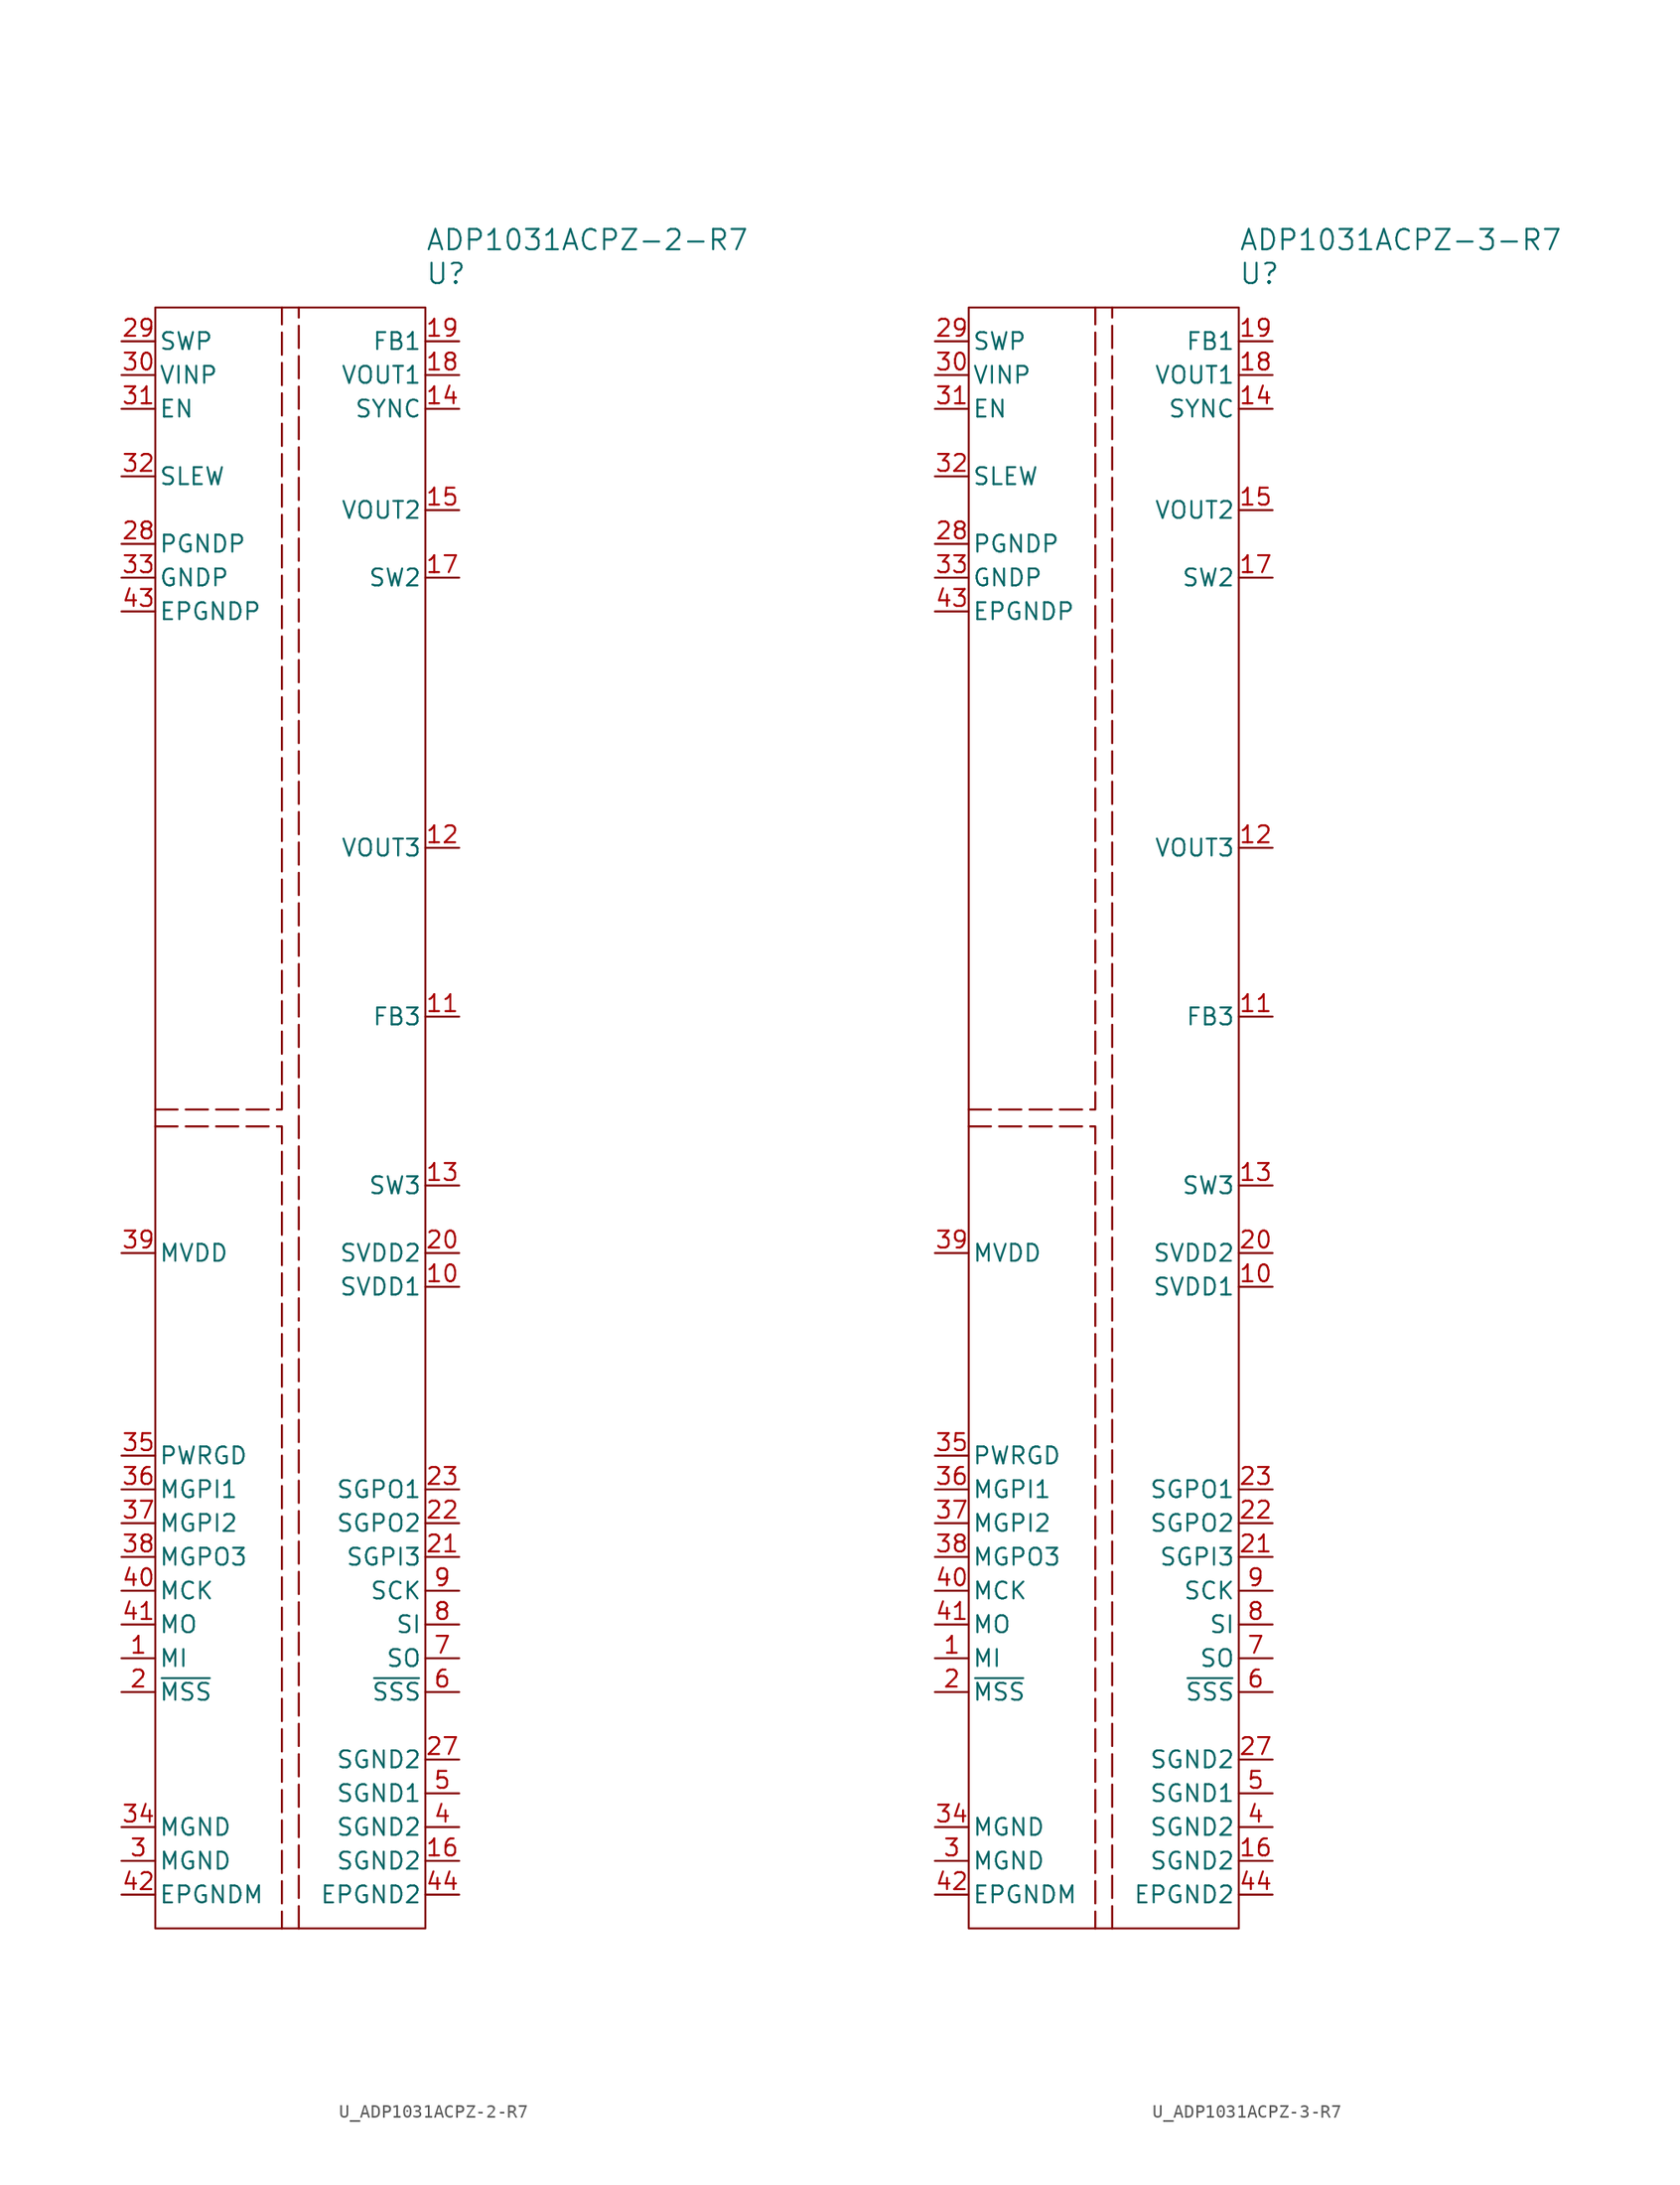
<source format=kicad_sym>
(kicad_symbol_lib
  (version 20241209)
  (generator "kicad_symbol_editor")
  (generator_version "9.0")
  (symbol "U_ADP1031ACPZ-2-R7"
    (pin_names
      (offset 0.254))
    (property "Reference" "U"
      (at 10.16 63.5 0)
      (effects (font (size 1.524 1.524)) (justify left)))
    (property "Value" "ADP1031ACPZ-2-R7"
      (at 10.16 66.04 0)
      (effects (font (size 1.524 1.524)) (justify left)))
    (symbol "U_ADP1031ACPZ-2-R7_0_1"
      (pin power_in line (at -12.7 55.88 0) (length 2.54) (name "VINP" (effects (font (size 1.27 1.27)))) (number "30" (effects (font (size 1.27 1.27)))))
      (pin input line (at -12.7 53.34 0) (length 2.54) (name "EN" (effects (font (size 1.27 1.27)))) (number "31" (effects (font (size 1.27 1.27)))))
      (pin input line (at -12.7 48.26 0) (length 2.54) (name "SLEW" (effects (font (size 1.27 1.27)))) (number "32" (effects (font (size 1.27 1.27)))))
      (pin power_out line (at -12.7 43.18 0) (length 2.54) (name "PGNDP" (effects (font (size 1.27 1.27)))) (number "28" (effects (font (size 1.27 1.27)))))
      (pin power_out line (at -12.7 40.64 0) (length 2.54) (name "GNDP" (effects (font (size 1.27 1.27)))) (number "33" (effects (font (size 1.27 1.27)))))
      (pin power_out line (at -12.7 38.1 0) (length 2.54) (name "EPGNDP" (effects (font (size 1.27 1.27)))) (number "43" (effects (font (size 1.27 1.27)))))
      (pin power_in line (at -12.7 -10.16 0) (length 2.54) (name "MVDD" (effects (font (size 1.27 1.27)))) (number "39" (effects (font (size 1.27 1.27)))))
      (pin power_out line (at -12.7 -25.4 0) (length 2.54) (name "PWRGD" (effects (font (size 1.27 1.27)))) (number "35" (effects (font (size 1.27 1.27)))))
      (pin input line (at -12.7 -27.94 0) (length 2.54) (name "MGPI1" (effects (font (size 1.27 1.27)))) (number "36" (effects (font (size 1.27 1.27)))))
      (pin input line (at -12.7 -30.48 0) (length 2.54) (name "MGPI2" (effects (font (size 1.27 1.27)))) (number "37" (effects (font (size 1.27 1.27)))))
      (pin output line (at -12.7 -33.02 0) (length 2.54) (name "MGPO3" (effects (font (size 1.27 1.27)))) (number "38" (effects (font (size 1.27 1.27)))))
      (pin input line (at -12.7 -35.56 0) (length 2.54) (name "MCK" (effects (font (size 1.27 1.27)))) (number "40" (effects (font (size 1.27 1.27)))))
      (pin input line (at -12.7 -38.1 0) (length 2.54) (name "MO" (effects (font (size 1.27 1.27)))) (number "41" (effects (font (size 1.27 1.27)))))
      (pin output line (at -12.7 -40.64 0) (length 2.54) (name "MI" (effects (font (size 1.27 1.27)))) (number "1" (effects (font (size 1.27 1.27)))))
      (pin input line (at 12.7 53.34 180) (length 2.54) (name "SYNC" (effects (font (size 1.27 1.27)))) (number "14" (effects (font (size 1.27 1.27)))))
      (pin input line (at 12.7 -33.02 180) (length 2.54) (name "SGPI3" (effects (font (size 1.27 1.27)))) (number "21" (effects (font (size 1.27 1.27)))))
      (pin output line (at 12.7 -35.56 180) (length 2.54) (name "SCK" (effects (font (size 1.27 1.27)))) (number "9" (effects (font (size 1.27 1.27)))))
      (pin output line (at 12.7 -38.1 180) (length 2.54) (name "SI" (effects (font (size 1.27 1.27)))) (number "8" (effects (font (size 1.27 1.27)))))
      (pin input line (at 12.7 -40.64 180) (length 2.54) (name "SO" (effects (font (size 1.27 1.27)))) (number "7" (effects (font (size 1.27 1.27))))))
    (symbol "U_ADP1031ACPZ-2-R7_1_1"
      (rectangle (start -10.16 60.96) (end 10.16 -60.96) (stroke (width 0) (type default)) (fill (type none)))
      (polyline (pts (xy -10.16 0.635) (xy -0.635 0.635) (xy -0.635 60.96)) (stroke (width 0) (type dash)) (fill (type none)))
      (polyline (pts (xy -10.16 -0.635) (xy -0.635 -0.635) (xy -0.635 -60.96)) (stroke (width 0) (type dash)) (fill (type none)))
      (polyline (pts (xy 0.635 -60.96) (xy 0.635 60.96)) (stroke (width 0) (type dash)) (fill (type none)))
      (pin power_in line (at -12.7 58.42 0) (length 2.54) (name "SWP" (effects (font (size 1.27 1.27)))) (number "29" (effects (font (size 1.27 1.27)))))
      (pin input line (at -12.7 -43.18 0) (length 2.54) (name "~{MSS}" (effects (font (size 1.27 1.27)))) (number "2" (effects (font (size 1.27 1.27)))))
      (pin power_in line (at -12.7 -53.34 0) (length 2.54) (name "MGND" (effects (font (size 1.27 1.27)))) (number "34" (effects (font (size 1.27 1.27)))))
      (pin power_in line (at -12.7 -55.88 0) (length 2.54) (name "MGND" (effects (font (size 1.27 1.27)))) (number "3" (effects (font (size 1.27 1.27)))))
      (pin power_in line (at -12.7 -58.42 0) (length 2.54) (name "EPGNDM" (effects (font (size 1.27 1.27)))) (number "42" (effects (font (size 1.27 1.27)))))
      (pin input line (at 12.7 58.42 180) (length 2.54) (name "FB1" (effects (font (size 1.27 1.27)))) (number "19" (effects (font (size 1.27 1.27)))))
      (pin power_out line (at 12.7 55.88 180) (length 2.54) (name "VOUT1" (effects (font (size 1.27 1.27)))) (number "18" (effects (font (size 1.27 1.27)))))
      (pin power_out line (at 12.7 45.72 180) (length 2.54) (name "VOUT2" (effects (font (size 1.27 1.27)))) (number "15" (effects (font (size 1.27 1.27)))))
      (pin power_in line (at 12.7 40.64 180) (length 2.54) (name "SW2" (effects (font (size 1.27 1.27)))) (number "17" (effects (font (size 1.27 1.27)))))
      (pin power_out line (at 12.7 20.32 180) (length 2.54) (name "VOUT3" (effects (font (size 1.27 1.27)))) (number "12" (effects (font (size 1.27 1.27)))))
      (pin input line (at 12.7 7.62 180) (length 2.54) (name "FB3" (effects (font (size 1.27 1.27)))) (number "11" (effects (font (size 1.27 1.27)))))
      (pin power_in line (at 12.7 -5.08 180) (length 2.54) (name "SW3" (effects (font (size 1.27 1.27)))) (number "13" (effects (font (size 1.27 1.27)))))
      (pin power_out line (at 12.7 -10.16 180) (length 2.54) (name "SVDD2" (effects (font (size 1.27 1.27)))) (number "20" (effects (font (size 1.27 1.27)))))
      (pin power_out line (at 12.7 -12.7 180) (length 2.54) (name "SVDD1" (effects (font (size 1.27 1.27)))) (number "10" (effects (font (size 1.27 1.27)))))
      (pin no_connect line (at 12.7 -17.78 180) (length 2.54) (hide yes) (name "DNC" (effects (font (size 1.27 1.27)))) (number "26" (effects (font (size 1.27 1.27)))))
      (pin no_connect line (at 12.7 -20.32 180) (length 2.54) (hide yes) (name "DNC" (effects (font (size 1.27 1.27)))) (number "25" (effects (font (size 1.27 1.27)))))
      (pin no_connect line (at 12.7 -22.86 180) (length 2.54) (hide yes) (name "DNC" (effects (font (size 1.27 1.27)))) (number "24" (effects (font (size 1.27 1.27)))))
      (pin output line (at 12.7 -27.94 180) (length 2.54) (name "SGPO1" (effects (font (size 1.27 1.27)))) (number "23" (effects (font (size 1.27 1.27)))))
      (pin output line (at 12.7 -30.48 180) (length 2.54) (name "SGPO2" (effects (font (size 1.27 1.27)))) (number "22" (effects (font (size 1.27 1.27)))))
      (pin output line (at 12.7 -43.18 180) (length 2.54) (name "~{SSS}" (effects (font (size 1.27 1.27)))) (number "6" (effects (font (size 1.27 1.27)))))
      (pin power_in line (at 12.7 -48.26 180) (length 2.54) (name "SGND2" (effects (font (size 1.27 1.27)))) (number "27" (effects (font (size 1.27 1.27)))))
      (pin power_in line (at 12.7 -50.8 180) (length 2.54) (name "SGND1" (effects (font (size 1.27 1.27)))) (number "5" (effects (font (size 1.27 1.27)))))
      (pin power_in line (at 12.7 -53.34 180) (length 2.54) (name "SGND2" (effects (font (size 1.27 1.27)))) (number "4" (effects (font (size 1.27 1.27)))))
      (pin power_in line (at 12.7 -55.88 180) (length 2.54) (name "SGND2" (effects (font (size 1.27 1.27)))) (number "16" (effects (font (size 1.27 1.27)))))
      (pin power_in line (at 12.7 -58.42 180) (length 2.54) (name "EPGND2" (effects (font (size 1.27 1.27)))) (number "44" (effects (font (size 1.27 1.27)))))))
  (symbol "U_ADP1031ACPZ-3-R7"
    (pin_names
      (offset 0.254))
    (property "Reference" "U"
      (at 10.16 63.5 0)
      (effects (font (size 1.524 1.524)) (justify left)))
    (property "Value" "ADP1031ACPZ-3-R7"
      (at 10.16 66.04 0)
      (effects (font (size 1.524 1.524)) (justify left)))
    (symbol "U_ADP1031ACPZ-3-R7_0_1"
      (pin power_in line (at -12.7 55.88 0) (length 2.54) (name "VINP" (effects (font (size 1.27 1.27)))) (number "30" (effects (font (size 1.27 1.27)))))
      (pin input line (at -12.7 53.34 0) (length 2.54) (name "EN" (effects (font (size 1.27 1.27)))) (number "31" (effects (font (size 1.27 1.27)))))
      (pin input line (at -12.7 48.26 0) (length 2.54) (name "SLEW" (effects (font (size 1.27 1.27)))) (number "32" (effects (font (size 1.27 1.27)))))
      (pin power_out line (at -12.7 43.18 0) (length 2.54) (name "PGNDP" (effects (font (size 1.27 1.27)))) (number "28" (effects (font (size 1.27 1.27)))))
      (pin power_out line (at -12.7 40.64 0) (length 2.54) (name "GNDP" (effects (font (size 1.27 1.27)))) (number "33" (effects (font (size 1.27 1.27)))))
      (pin power_out line (at -12.7 38.1 0) (length 2.54) (name "EPGNDP" (effects (font (size 1.27 1.27)))) (number "43" (effects (font (size 1.27 1.27)))))
      (pin power_in line (at -12.7 -10.16 0) (length 2.54) (name "MVDD" (effects (font (size 1.27 1.27)))) (number "39" (effects (font (size 1.27 1.27)))))
      (pin power_out line (at -12.7 -25.4 0) (length 2.54) (name "PWRGD" (effects (font (size 1.27 1.27)))) (number "35" (effects (font (size 1.27 1.27)))))
      (pin input line (at -12.7 -27.94 0) (length 2.54) (name "MGPI1" (effects (font (size 1.27 1.27)))) (number "36" (effects (font (size 1.27 1.27)))))
      (pin input line (at -12.7 -30.48 0) (length 2.54) (name "MGPI2" (effects (font (size 1.27 1.27)))) (number "37" (effects (font (size 1.27 1.27)))))
      (pin output line (at -12.7 -33.02 0) (length 2.54) (name "MGPO3" (effects (font (size 1.27 1.27)))) (number "38" (effects (font (size 1.27 1.27)))))
      (pin input line (at -12.7 -35.56 0) (length 2.54) (name "MCK" (effects (font (size 1.27 1.27)))) (number "40" (effects (font (size 1.27 1.27)))))
      (pin input line (at -12.7 -38.1 0) (length 2.54) (name "MO" (effects (font (size 1.27 1.27)))) (number "41" (effects (font (size 1.27 1.27)))))
      (pin output line (at -12.7 -40.64 0) (length 2.54) (name "MI" (effects (font (size 1.27 1.27)))) (number "1" (effects (font (size 1.27 1.27)))))
      (pin input line (at 12.7 53.34 180) (length 2.54) (name "SYNC" (effects (font (size 1.27 1.27)))) (number "14" (effects (font (size 1.27 1.27)))))
      (pin input line (at 12.7 -33.02 180) (length 2.54) (name "SGPI3" (effects (font (size 1.27 1.27)))) (number "21" (effects (font (size 1.27 1.27)))))
      (pin output line (at 12.7 -35.56 180) (length 2.54) (name "SCK" (effects (font (size 1.27 1.27)))) (number "9" (effects (font (size 1.27 1.27)))))
      (pin output line (at 12.7 -38.1 180) (length 2.54) (name "SI" (effects (font (size 1.27 1.27)))) (number "8" (effects (font (size 1.27 1.27)))))
      (pin input line (at 12.7 -40.64 180) (length 2.54) (name "SO" (effects (font (size 1.27 1.27)))) (number "7" (effects (font (size 1.27 1.27))))))
    (symbol "U_ADP1031ACPZ-3-R7_1_1"
      (rectangle (start -10.16 60.96) (end 10.16 -60.96) (stroke (width 0) (type default)) (fill (type none)))
      (polyline (pts (xy -10.16 0.635) (xy -0.635 0.635) (xy -0.635 60.96)) (stroke (width 0) (type dash)) (fill (type none)))
      (polyline (pts (xy -10.16 -0.635) (xy -0.635 -0.635) (xy -0.635 -60.96)) (stroke (width 0) (type dash)) (fill (type none)))
      (polyline (pts (xy 0.635 -60.96) (xy 0.635 60.96)) (stroke (width 0) (type dash)) (fill (type none)))
      (pin power_in line (at -12.7 58.42 0) (length 2.54) (name "SWP" (effects (font (size 1.27 1.27)))) (number "29" (effects (font (size 1.27 1.27)))))
      (pin input line (at -12.7 -43.18 0) (length 2.54) (name "~{MSS}" (effects (font (size 1.27 1.27)))) (number "2" (effects (font (size 1.27 1.27)))))
      (pin power_in line (at -12.7 -53.34 0) (length 2.54) (name "MGND" (effects (font (size 1.27 1.27)))) (number "34" (effects (font (size 1.27 1.27)))))
      (pin power_in line (at -12.7 -55.88 0) (length 2.54) (name "MGND" (effects (font (size 1.27 1.27)))) (number "3" (effects (font (size 1.27 1.27)))))
      (pin power_in line (at -12.7 -58.42 0) (length 2.54) (name "EPGNDM" (effects (font (size 1.27 1.27)))) (number "42" (effects (font (size 1.27 1.27)))))
      (pin input line (at 12.7 58.42 180) (length 2.54) (name "FB1" (effects (font (size 1.27 1.27)))) (number "19" (effects (font (size 1.27 1.27)))))
      (pin power_out line (at 12.7 55.88 180) (length 2.54) (name "VOUT1" (effects (font (size 1.27 1.27)))) (number "18" (effects (font (size 1.27 1.27)))))
      (pin power_out line (at 12.7 45.72 180) (length 2.54) (name "VOUT2" (effects (font (size 1.27 1.27)))) (number "15" (effects (font (size 1.27 1.27)))))
      (pin power_in line (at 12.7 40.64 180) (length 2.54) (name "SW2" (effects (font (size 1.27 1.27)))) (number "17" (effects (font (size 1.27 1.27)))))
      (pin power_out line (at 12.7 20.32 180) (length 2.54) (name "VOUT3" (effects (font (size 1.27 1.27)))) (number "12" (effects (font (size 1.27 1.27)))))
      (pin input line (at 12.7 7.62 180) (length 2.54) (name "FB3" (effects (font (size 1.27 1.27)))) (number "11" (effects (font (size 1.27 1.27)))))
      (pin power_in line (at 12.7 -5.08 180) (length 2.54) (name "SW3" (effects (font (size 1.27 1.27)))) (number "13" (effects (font (size 1.27 1.27)))))
      (pin power_out line (at 12.7 -10.16 180) (length 2.54) (name "SVDD2" (effects (font (size 1.27 1.27)))) (number "20" (effects (font (size 1.27 1.27)))))
      (pin power_out line (at 12.7 -12.7 180) (length 2.54) (name "SVDD1" (effects (font (size 1.27 1.27)))) (number "10" (effects (font (size 1.27 1.27)))))
      (pin no_connect line (at 12.7 -17.78 180) (length 2.54) (hide yes) (name "DNC" (effects (font (size 1.27 1.27)))) (number "26" (effects (font (size 1.27 1.27)))))
      (pin no_connect line (at 12.7 -20.32 180) (length 2.54) (hide yes) (name "DNC" (effects (font (size 1.27 1.27)))) (number "25" (effects (font (size 1.27 1.27)))))
      (pin no_connect line (at 12.7 -22.86 180) (length 2.54) (hide yes) (name "DNC" (effects (font (size 1.27 1.27)))) (number "24" (effects (font (size 1.27 1.27)))))
      (pin output line (at 12.7 -27.94 180) (length 2.54) (name "SGPO1" (effects (font (size 1.27 1.27)))) (number "23" (effects (font (size 1.27 1.27)))))
      (pin output line (at 12.7 -30.48 180) (length 2.54) (name "SGPO2" (effects (font (size 1.27 1.27)))) (number "22" (effects (font (size 1.27 1.27)))))
      (pin output line (at 12.7 -43.18 180) (length 2.54) (name "~{SSS}" (effects (font (size 1.27 1.27)))) (number "6" (effects (font (size 1.27 1.27)))))
      (pin power_in line (at 12.7 -48.26 180) (length 2.54) (name "SGND2" (effects (font (size 1.27 1.27)))) (number "27" (effects (font (size 1.27 1.27)))))
      (pin power_in line (at 12.7 -50.8 180) (length 2.54) (name "SGND1" (effects (font (size 1.27 1.27)))) (number "5" (effects (font (size 1.27 1.27)))))
      (pin power_in line (at 12.7 -53.34 180) (length 2.54) (name "SGND2" (effects (font (size 1.27 1.27)))) (number "4" (effects (font (size 1.27 1.27)))))
      (pin power_in line (at 12.7 -55.88 180) (length 2.54) (name "SGND2" (effects (font (size 1.27 1.27)))) (number "16" (effects (font (size 1.27 1.27)))))
      (pin power_in line (at 12.7 -58.42 180) (length 2.54) (name "EPGND2" (effects (font (size 1.27 1.27)))) (number "44" (effects (font (size 1.27 1.27))))))))
</source>
